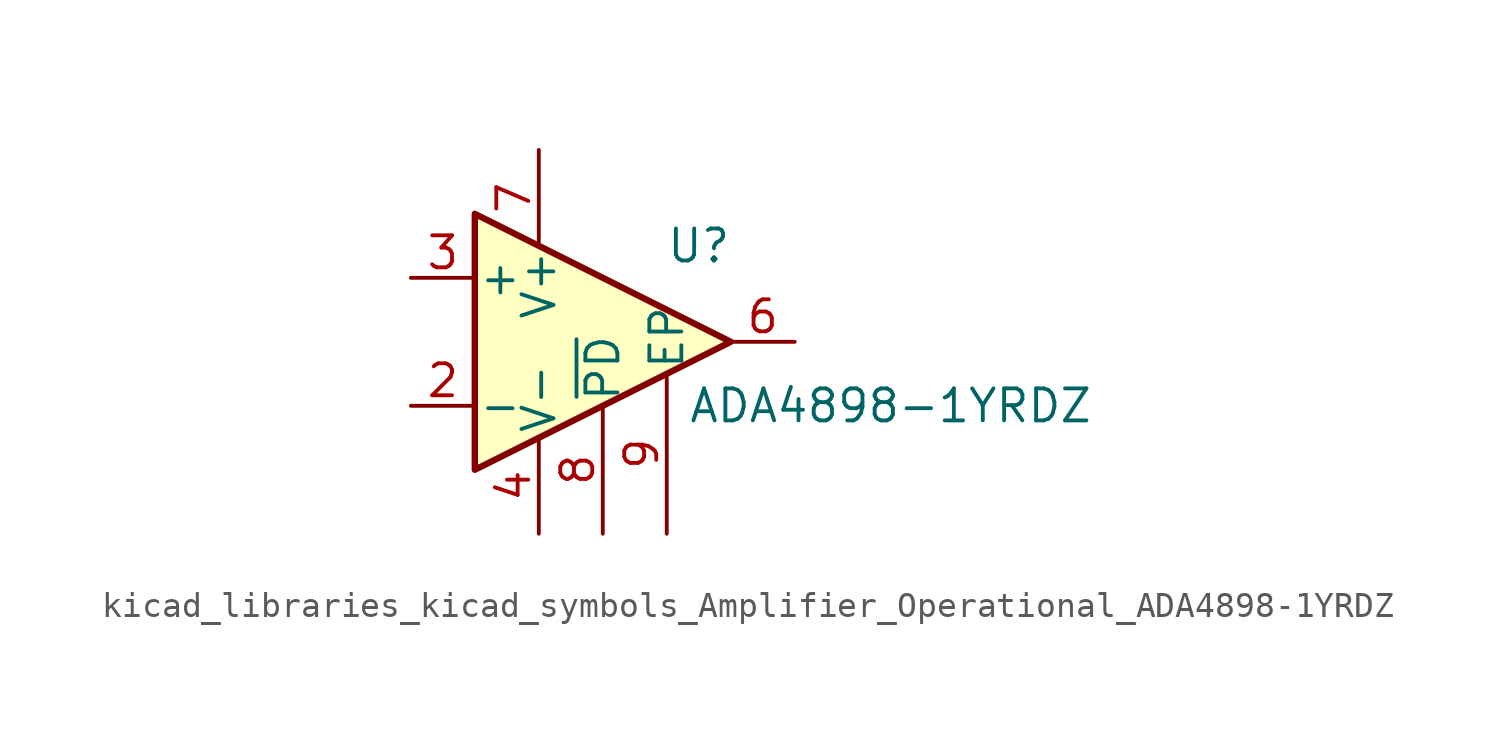
<source format=kicad_sym>
(kicad_symbol_lib
  (version 20220914)
  (generator kicad_symbol_editor)
  (symbol "kicad_libraries_kicad_symbols_Amplifier_Operational_ADA4898-1YRDZ"
    (pin_names
      (offset 0.127))
    (property "Reference" "U"
      (at 3.81 3.81 0)
      (effects (font (size 1.27 1.27))))
    (property "Value" "ADA4898-1YRDZ"
      (at 11.43 -2.54 0)
      (effects (font (size 1.27 1.27))))
    (symbol "kicad_libraries_kicad_symbols_Amplifier_Operational_ADA4898-1YRDZ_1_1"
      (polyline (pts (xy -5.08 5.08) (xy 5.08 0) (xy -5.08 -5.08) (xy -5.08 5.08)) (stroke (width 0.254) (type default)) (fill (type background)))
      (pin input line (at -7.62 -2.54 0) (length 2.54) (name "-" (effects (font (size 1.27 1.27)))) (number "2" (effects (font (size 1.27 1.27)))))
      (pin input line (at -7.62 2.54 0) (length 2.54) (name "+" (effects (font (size 1.27 1.27)))) (number "3" (effects (font (size 1.27 1.27)))))
      (pin power_in line (at -2.54 -7.62 90) (length 3.81) (name "V-" (effects (font (size 1.27 1.27)))) (number "4" (effects (font (size 1.27 1.27)))))
      (pin output line (at 7.62 0 180) (length 2.54) (name "~" (effects (font (size 1.27 1.27)))) (number "6" (effects (font (size 1.27 1.27)))))
      (pin power_in line (at -2.54 7.62 270) (length 3.81) (name "V+" (effects (font (size 1.27 1.27)))) (number "7" (effects (font (size 1.27 1.27)))))
      (pin input line (at 0 -7.62 90) (length 5.08) (name "~{PD}" (effects (font (size 1.27 1.27)))) (number "8" (effects (font (size 1.27 1.27)))))
      (pin passive line (at 2.54 -7.62 90) (length 6.35) (name "EP" (effects (font (size 1.27 1.27)))) (number "9" (effects (font (size 1.27 1.27))))))))
</source>
